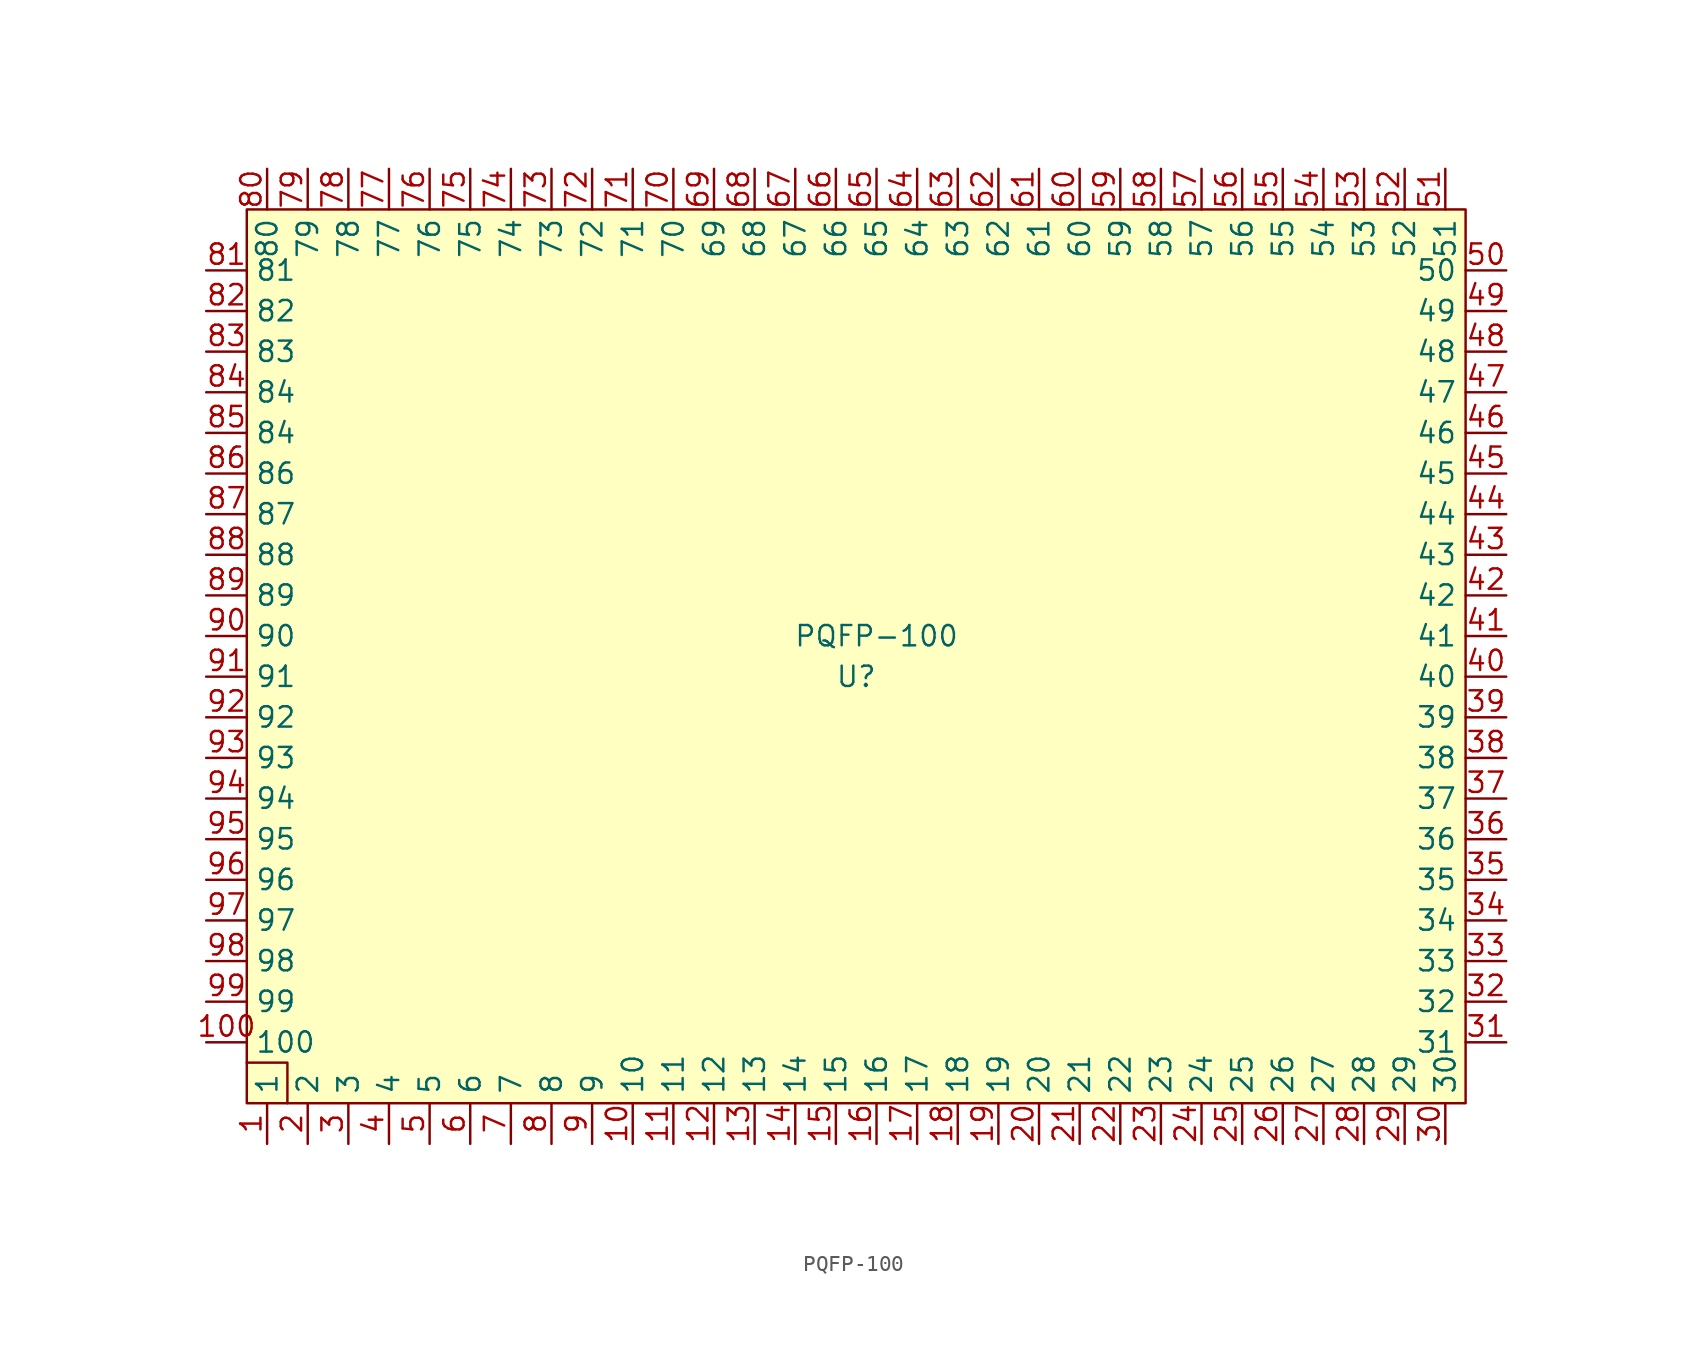
<source format=kicad_sym>
(kicad_symbol_lib
  (version 20211014)
  (generator kicad_symbol_editor)
  (symbol "PQFP-100"
    (property "Reference" "U"
      (at 0 -1.27 0)
      (effects (font (size 1.27 1.27))))
    (property "Value" "PQFP-100"
      (at 1.27 1.27 0)
      (effects (font (size 1.27 1.27))))
    (symbol "PQFP-100_0_1"
      (rectangle (start -38.1 -27.94) (end 38.1 27.94) (stroke (width 0) (type default) (color 0 0 0 0)) (fill (type background)))
      (polyline (pts (xy -38.1 -25.4) (xy -35.56 -25.4) (xy -35.56 -27.94)) (stroke (width 0) (type default) (color 0 0 0 0)) (fill (type none))))
    (symbol "PQFP-100_1_1"
      (pin bidirectional line (at -36.83 -30.48 90) (length 2.54) (name "1" (effects (font (size 1.27 1.27)))) (number "1" (effects (font (size 1.27 1.27)))))
      (pin bidirectional line (at -13.97 -30.48 90) (length 2.54) (name "10" (effects (font (size 1.27 1.27)))) (number "10" (effects (font (size 1.27 1.27)))))
      (pin bidirectional line (at -40.64 -24.13 0) (length 2.54) (name "100" (effects (font (size 1.27 1.27)))) (number "100" (effects (font (size 1.27 1.27)))))
      (pin bidirectional line (at -11.43 -30.48 90) (length 2.54) (name "11" (effects (font (size 1.27 1.27)))) (number "11" (effects (font (size 1.27 1.27)))))
      (pin bidirectional line (at -8.89 -30.48 90) (length 2.54) (name "12" (effects (font (size 1.27 1.27)))) (number "12" (effects (font (size 1.27 1.27)))))
      (pin bidirectional line (at -6.35 -30.48 90) (length 2.54) (name "13" (effects (font (size 1.27 1.27)))) (number "13" (effects (font (size 1.27 1.27)))))
      (pin bidirectional line (at -3.81 -30.48 90) (length 2.54) (name "14" (effects (font (size 1.27 1.27)))) (number "14" (effects (font (size 1.27 1.27)))))
      (pin bidirectional line (at -1.27 -30.48 90) (length 2.54) (name "15" (effects (font (size 1.27 1.27)))) (number "15" (effects (font (size 1.27 1.27)))))
      (pin bidirectional line (at 1.27 -30.48 90) (length 2.54) (name "16" (effects (font (size 1.27 1.27)))) (number "16" (effects (font (size 1.27 1.27)))))
      (pin bidirectional line (at 3.81 -30.48 90) (length 2.54) (name "17" (effects (font (size 1.27 1.27)))) (number "17" (effects (font (size 1.27 1.27)))))
      (pin bidirectional line (at 6.35 -30.48 90) (length 2.54) (name "18" (effects (font (size 1.27 1.27)))) (number "18" (effects (font (size 1.27 1.27)))))
      (pin bidirectional line (at 8.89 -30.48 90) (length 2.54) (name "19" (effects (font (size 1.27 1.27)))) (number "19" (effects (font (size 1.27 1.27)))))
      (pin bidirectional line (at -34.29 -30.48 90) (length 2.54) (name "2" (effects (font (size 1.27 1.27)))) (number "2" (effects (font (size 1.27 1.27)))))
      (pin bidirectional line (at 11.43 -30.48 90) (length 2.54) (name "20" (effects (font (size 1.27 1.27)))) (number "20" (effects (font (size 1.27 1.27)))))
      (pin bidirectional line (at 13.97 -30.48 90) (length 2.54) (name "21" (effects (font (size 1.27 1.27)))) (number "21" (effects (font (size 1.27 1.27)))))
      (pin bidirectional line (at 16.51 -30.48 90) (length 2.54) (name "22" (effects (font (size 1.27 1.27)))) (number "22" (effects (font (size 1.27 1.27)))))
      (pin bidirectional line (at 19.05 -30.48 90) (length 2.54) (name "23" (effects (font (size 1.27 1.27)))) (number "23" (effects (font (size 1.27 1.27)))))
      (pin bidirectional line (at 21.59 -30.48 90) (length 2.54) (name "24" (effects (font (size 1.27 1.27)))) (number "24" (effects (font (size 1.27 1.27)))))
      (pin bidirectional line (at 24.13 -30.48 90) (length 2.54) (name "25" (effects (font (size 1.27 1.27)))) (number "25" (effects (font (size 1.27 1.27)))))
      (pin bidirectional line (at 26.67 -30.48 90) (length 2.54) (name "26" (effects (font (size 1.27 1.27)))) (number "26" (effects (font (size 1.27 1.27)))))
      (pin bidirectional line (at 29.21 -30.48 90) (length 2.54) (name "27" (effects (font (size 1.27 1.27)))) (number "27" (effects (font (size 1.27 1.27)))))
      (pin bidirectional line (at 31.75 -30.48 90) (length 2.54) (name "28" (effects (font (size 1.27 1.27)))) (number "28" (effects (font (size 1.27 1.27)))))
      (pin bidirectional line (at 34.29 -30.48 90) (length 2.54) (name "29" (effects (font (size 1.27 1.27)))) (number "29" (effects (font (size 1.27 1.27)))))
      (pin bidirectional line (at -31.75 -30.48 90) (length 2.54) (name "3" (effects (font (size 1.27 1.27)))) (number "3" (effects (font (size 1.27 1.27)))))
      (pin bidirectional line (at 36.83 -30.48 90) (length 2.54) (name "30" (effects (font (size 1.27 1.27)))) (number "30" (effects (font (size 1.27 1.27)))))
      (pin bidirectional line (at 40.64 -24.13 180) (length 2.54) (name "31" (effects (font (size 1.27 1.27)))) (number "31" (effects (font (size 1.27 1.27)))))
      (pin bidirectional line (at 40.64 -21.59 180) (length 2.54) (name "32" (effects (font (size 1.27 1.27)))) (number "32" (effects (font (size 1.27 1.27)))))
      (pin bidirectional line (at 40.64 -19.05 180) (length 2.54) (name "33" (effects (font (size 1.27 1.27)))) (number "33" (effects (font (size 1.27 1.27)))))
      (pin bidirectional line (at 40.64 -16.51 180) (length 2.54) (name "34" (effects (font (size 1.27 1.27)))) (number "34" (effects (font (size 1.27 1.27)))))
      (pin bidirectional line (at 40.64 -13.97 180) (length 2.54) (name "35" (effects (font (size 1.27 1.27)))) (number "35" (effects (font (size 1.27 1.27)))))
      (pin bidirectional line (at 40.64 -11.43 180) (length 2.54) (name "36" (effects (font (size 1.27 1.27)))) (number "36" (effects (font (size 1.27 1.27)))))
      (pin bidirectional line (at 40.64 -8.89 180) (length 2.54) (name "37" (effects (font (size 1.27 1.27)))) (number "37" (effects (font (size 1.27 1.27)))))
      (pin bidirectional line (at 40.64 -6.35 180) (length 2.54) (name "38" (effects (font (size 1.27 1.27)))) (number "38" (effects (font (size 1.27 1.27)))))
      (pin bidirectional line (at 40.64 -3.81 180) (length 2.54) (name "39" (effects (font (size 1.27 1.27)))) (number "39" (effects (font (size 1.27 1.27)))))
      (pin bidirectional line (at -29.21 -30.48 90) (length 2.54) (name "4" (effects (font (size 1.27 1.27)))) (number "4" (effects (font (size 1.27 1.27)))))
      (pin bidirectional line (at 40.64 -1.27 180) (length 2.54) (name "40" (effects (font (size 1.27 1.27)))) (number "40" (effects (font (size 1.27 1.27)))))
      (pin bidirectional line (at 40.64 1.27 180) (length 2.54) (name "41" (effects (font (size 1.27 1.27)))) (number "41" (effects (font (size 1.27 1.27)))))
      (pin bidirectional line (at 40.64 3.81 180) (length 2.54) (name "42" (effects (font (size 1.27 1.27)))) (number "42" (effects (font (size 1.27 1.27)))))
      (pin bidirectional line (at 40.64 6.35 180) (length 2.54) (name "43" (effects (font (size 1.27 1.27)))) (number "43" (effects (font (size 1.27 1.27)))))
      (pin bidirectional line (at 40.64 8.89 180) (length 2.54) (name "44" (effects (font (size 1.27 1.27)))) (number "44" (effects (font (size 1.27 1.27)))))
      (pin bidirectional line (at 40.64 11.43 180) (length 2.54) (name "45" (effects (font (size 1.27 1.27)))) (number "45" (effects (font (size 1.27 1.27)))))
      (pin bidirectional line (at 40.64 13.97 180) (length 2.54) (name "46" (effects (font (size 1.27 1.27)))) (number "46" (effects (font (size 1.27 1.27)))))
      (pin bidirectional line (at 40.64 16.51 180) (length 2.54) (name "47" (effects (font (size 1.27 1.27)))) (number "47" (effects (font (size 1.27 1.27)))))
      (pin bidirectional line (at 40.64 19.05 180) (length 2.54) (name "48" (effects (font (size 1.27 1.27)))) (number "48" (effects (font (size 1.27 1.27)))))
      (pin bidirectional line (at 40.64 21.59 180) (length 2.54) (name "49" (effects (font (size 1.27 1.27)))) (number "49" (effects (font (size 1.27 1.27)))))
      (pin bidirectional line (at -26.67 -30.48 90) (length 2.54) (name "5" (effects (font (size 1.27 1.27)))) (number "5" (effects (font (size 1.27 1.27)))))
      (pin bidirectional line (at 40.64 24.13 180) (length 2.54) (name "50" (effects (font (size 1.27 1.27)))) (number "50" (effects (font (size 1.27 1.27)))))
      (pin bidirectional line (at 36.83 30.48 270) (length 2.54) (name "51" (effects (font (size 1.27 1.27)))) (number "51" (effects (font (size 1.27 1.27)))))
      (pin bidirectional line (at 34.29 30.48 270) (length 2.54) (name "52" (effects (font (size 1.27 1.27)))) (number "52" (effects (font (size 1.27 1.27)))))
      (pin bidirectional line (at 31.75 30.48 270) (length 2.54) (name "53" (effects (font (size 1.27 1.27)))) (number "53" (effects (font (size 1.27 1.27)))))
      (pin bidirectional line (at 29.21 30.48 270) (length 2.54) (name "54" (effects (font (size 1.27 1.27)))) (number "54" (effects (font (size 1.27 1.27)))))
      (pin bidirectional line (at 26.67 30.48 270) (length 2.54) (name "55" (effects (font (size 1.27 1.27)))) (number "55" (effects (font (size 1.27 1.27)))))
      (pin bidirectional line (at 24.13 30.48 270) (length 2.54) (name "56" (effects (font (size 1.27 1.27)))) (number "56" (effects (font (size 1.27 1.27)))))
      (pin bidirectional line (at 21.59 30.48 270) (length 2.54) (name "57" (effects (font (size 1.27 1.27)))) (number "57" (effects (font (size 1.27 1.27)))))
      (pin bidirectional line (at 19.05 30.48 270) (length 2.54) (name "58" (effects (font (size 1.27 1.27)))) (number "58" (effects (font (size 1.27 1.27)))))
      (pin bidirectional line (at 16.51 30.48 270) (length 2.54) (name "59" (effects (font (size 1.27 1.27)))) (number "59" (effects (font (size 1.27 1.27)))))
      (pin bidirectional line (at -24.13 -30.48 90) (length 2.54) (name "6" (effects (font (size 1.27 1.27)))) (number "6" (effects (font (size 1.27 1.27)))))
      (pin bidirectional line (at 13.97 30.48 270) (length 2.54) (name "60" (effects (font (size 1.27 1.27)))) (number "60" (effects (font (size 1.27 1.27)))))
      (pin bidirectional line (at 11.43 30.48 270) (length 2.54) (name "61" (effects (font (size 1.27 1.27)))) (number "61" (effects (font (size 1.27 1.27)))))
      (pin bidirectional line (at 8.89 30.48 270) (length 2.54) (name "62" (effects (font (size 1.27 1.27)))) (number "62" (effects (font (size 1.27 1.27)))))
      (pin bidirectional line (at 6.35 30.48 270) (length 2.54) (name "63" (effects (font (size 1.27 1.27)))) (number "63" (effects (font (size 1.27 1.27)))))
      (pin bidirectional line (at 3.81 30.48 270) (length 2.54) (name "64" (effects (font (size 1.27 1.27)))) (number "64" (effects (font (size 1.27 1.27)))))
      (pin bidirectional line (at 1.27 30.48 270) (length 2.54) (name "65" (effects (font (size 1.27 1.27)))) (number "65" (effects (font (size 1.27 1.27)))))
      (pin bidirectional line (at -1.27 30.48 270) (length 2.54) (name "66" (effects (font (size 1.27 1.27)))) (number "66" (effects (font (size 1.27 1.27)))))
      (pin bidirectional line (at -3.81 30.48 270) (length 2.54) (name "67" (effects (font (size 1.27 1.27)))) (number "67" (effects (font (size 1.27 1.27)))))
      (pin bidirectional line (at -6.35 30.48 270) (length 2.54) (name "68" (effects (font (size 1.27 1.27)))) (number "68" (effects (font (size 1.27 1.27)))))
      (pin bidirectional line (at -8.89 30.48 270) (length 2.54) (name "69" (effects (font (size 1.27 1.27)))) (number "69" (effects (font (size 1.27 1.27)))))
      (pin bidirectional line (at -21.59 -30.48 90) (length 2.54) (name "7" (effects (font (size 1.27 1.27)))) (number "7" (effects (font (size 1.27 1.27)))))
      (pin bidirectional line (at -11.43 30.48 270) (length 2.54) (name "70" (effects (font (size 1.27 1.27)))) (number "70" (effects (font (size 1.27 1.27)))))
      (pin bidirectional line (at -13.97 30.48 270) (length 2.54) (name "71" (effects (font (size 1.27 1.27)))) (number "71" (effects (font (size 1.27 1.27)))))
      (pin bidirectional line (at -16.51 30.48 270) (length 2.54) (name "72" (effects (font (size 1.27 1.27)))) (number "72" (effects (font (size 1.27 1.27)))))
      (pin bidirectional line (at -19.05 30.48 270) (length 2.54) (name "73" (effects (font (size 1.27 1.27)))) (number "73" (effects (font (size 1.27 1.27)))))
      (pin bidirectional line (at -21.59 30.48 270) (length 2.54) (name "74" (effects (font (size 1.27 1.27)))) (number "74" (effects (font (size 1.27 1.27)))))
      (pin bidirectional line (at -24.13 30.48 270) (length 2.54) (name "75" (effects (font (size 1.27 1.27)))) (number "75" (effects (font (size 1.27 1.27)))))
      (pin bidirectional line (at -26.67 30.48 270) (length 2.54) (name "76" (effects (font (size 1.27 1.27)))) (number "76" (effects (font (size 1.27 1.27)))))
      (pin bidirectional line (at -29.21 30.48 270) (length 2.54) (name "77" (effects (font (size 1.27 1.27)))) (number "77" (effects (font (size 1.27 1.27)))))
      (pin bidirectional line (at -31.75 30.48 270) (length 2.54) (name "78" (effects (font (size 1.27 1.27)))) (number "78" (effects (font (size 1.27 1.27)))))
      (pin bidirectional line (at -34.29 30.48 270) (length 2.54) (name "79" (effects (font (size 1.27 1.27)))) (number "79" (effects (font (size 1.27 1.27)))))
      (pin bidirectional line (at -19.05 -30.48 90) (length 2.54) (name "8" (effects (font (size 1.27 1.27)))) (number "8" (effects (font (size 1.27 1.27)))))
      (pin bidirectional line (at -36.83 30.48 270) (length 2.54) (name "80" (effects (font (size 1.27 1.27)))) (number "80" (effects (font (size 1.27 1.27)))))
      (pin bidirectional line (at -40.64 24.13 0) (length 2.54) (name "81" (effects (font (size 1.27 1.27)))) (number "81" (effects (font (size 1.27 1.27)))))
      (pin bidirectional line (at -40.64 21.59 0) (length 2.54) (name "82" (effects (font (size 1.27 1.27)))) (number "82" (effects (font (size 1.27 1.27)))))
      (pin bidirectional line (at -40.64 19.05 0) (length 2.54) (name "83" (effects (font (size 1.27 1.27)))) (number "83" (effects (font (size 1.27 1.27)))))
      (pin bidirectional line (at -40.64 16.51 0) (length 2.54) (name "84" (effects (font (size 1.27 1.27)))) (number "84" (effects (font (size 1.27 1.27)))))
      (pin bidirectional line (at -40.64 13.97 0) (length 2.54) (name "84" (effects (font (size 1.27 1.27)))) (number "85" (effects (font (size 1.27 1.27)))))
      (pin bidirectional line (at -40.64 11.43 0) (length 2.54) (name "86" (effects (font (size 1.27 1.27)))) (number "86" (effects (font (size 1.27 1.27)))))
      (pin bidirectional line (at -40.64 8.89 0) (length 2.54) (name "87" (effects (font (size 1.27 1.27)))) (number "87" (effects (font (size 1.27 1.27)))))
      (pin bidirectional line (at -40.64 6.35 0) (length 2.54) (name "88" (effects (font (size 1.27 1.27)))) (number "88" (effects (font (size 1.27 1.27)))))
      (pin bidirectional line (at -40.64 3.81 0) (length 2.54) (name "89" (effects (font (size 1.27 1.27)))) (number "89" (effects (font (size 1.27 1.27)))))
      (pin bidirectional line (at -16.51 -30.48 90) (length 2.54) (name "9" (effects (font (size 1.27 1.27)))) (number "9" (effects (font (size 1.27 1.27)))))
      (pin bidirectional line (at -40.64 1.27 0) (length 2.54) (name "90" (effects (font (size 1.27 1.27)))) (number "90" (effects (font (size 1.27 1.27)))))
      (pin bidirectional line (at -40.64 -1.27 0) (length 2.54) (name "91" (effects (font (size 1.27 1.27)))) (number "91" (effects (font (size 1.27 1.27)))))
      (pin bidirectional line (at -40.64 -3.81 0) (length 2.54) (name "92" (effects (font (size 1.27 1.27)))) (number "92" (effects (font (size 1.27 1.27)))))
      (pin bidirectional line (at -40.64 -6.35 0) (length 2.54) (name "93" (effects (font (size 1.27 1.27)))) (number "93" (effects (font (size 1.27 1.27)))))
      (pin bidirectional line (at -40.64 -8.89 0) (length 2.54) (name "94" (effects (font (size 1.27 1.27)))) (number "94" (effects (font (size 1.27 1.27)))))
      (pin bidirectional line (at -40.64 -11.43 0) (length 2.54) (name "95" (effects (font (size 1.27 1.27)))) (number "95" (effects (font (size 1.27 1.27)))))
      (pin bidirectional line (at -40.64 -13.97 0) (length 2.54) (name "96" (effects (font (size 1.27 1.27)))) (number "96" (effects (font (size 1.27 1.27)))))
      (pin bidirectional line (at -40.64 -16.51 0) (length 2.54) (name "97" (effects (font (size 1.27 1.27)))) (number "97" (effects (font (size 1.27 1.27)))))
      (pin bidirectional line (at -40.64 -19.05 0) (length 2.54) (name "98" (effects (font (size 1.27 1.27)))) (number "98" (effects (font (size 1.27 1.27)))))
      (pin bidirectional line (at -40.64 -21.59 0) (length 2.54) (name "99" (effects (font (size 1.27 1.27)))) (number "99" (effects (font (size 1.27 1.27))))))))
</source>
